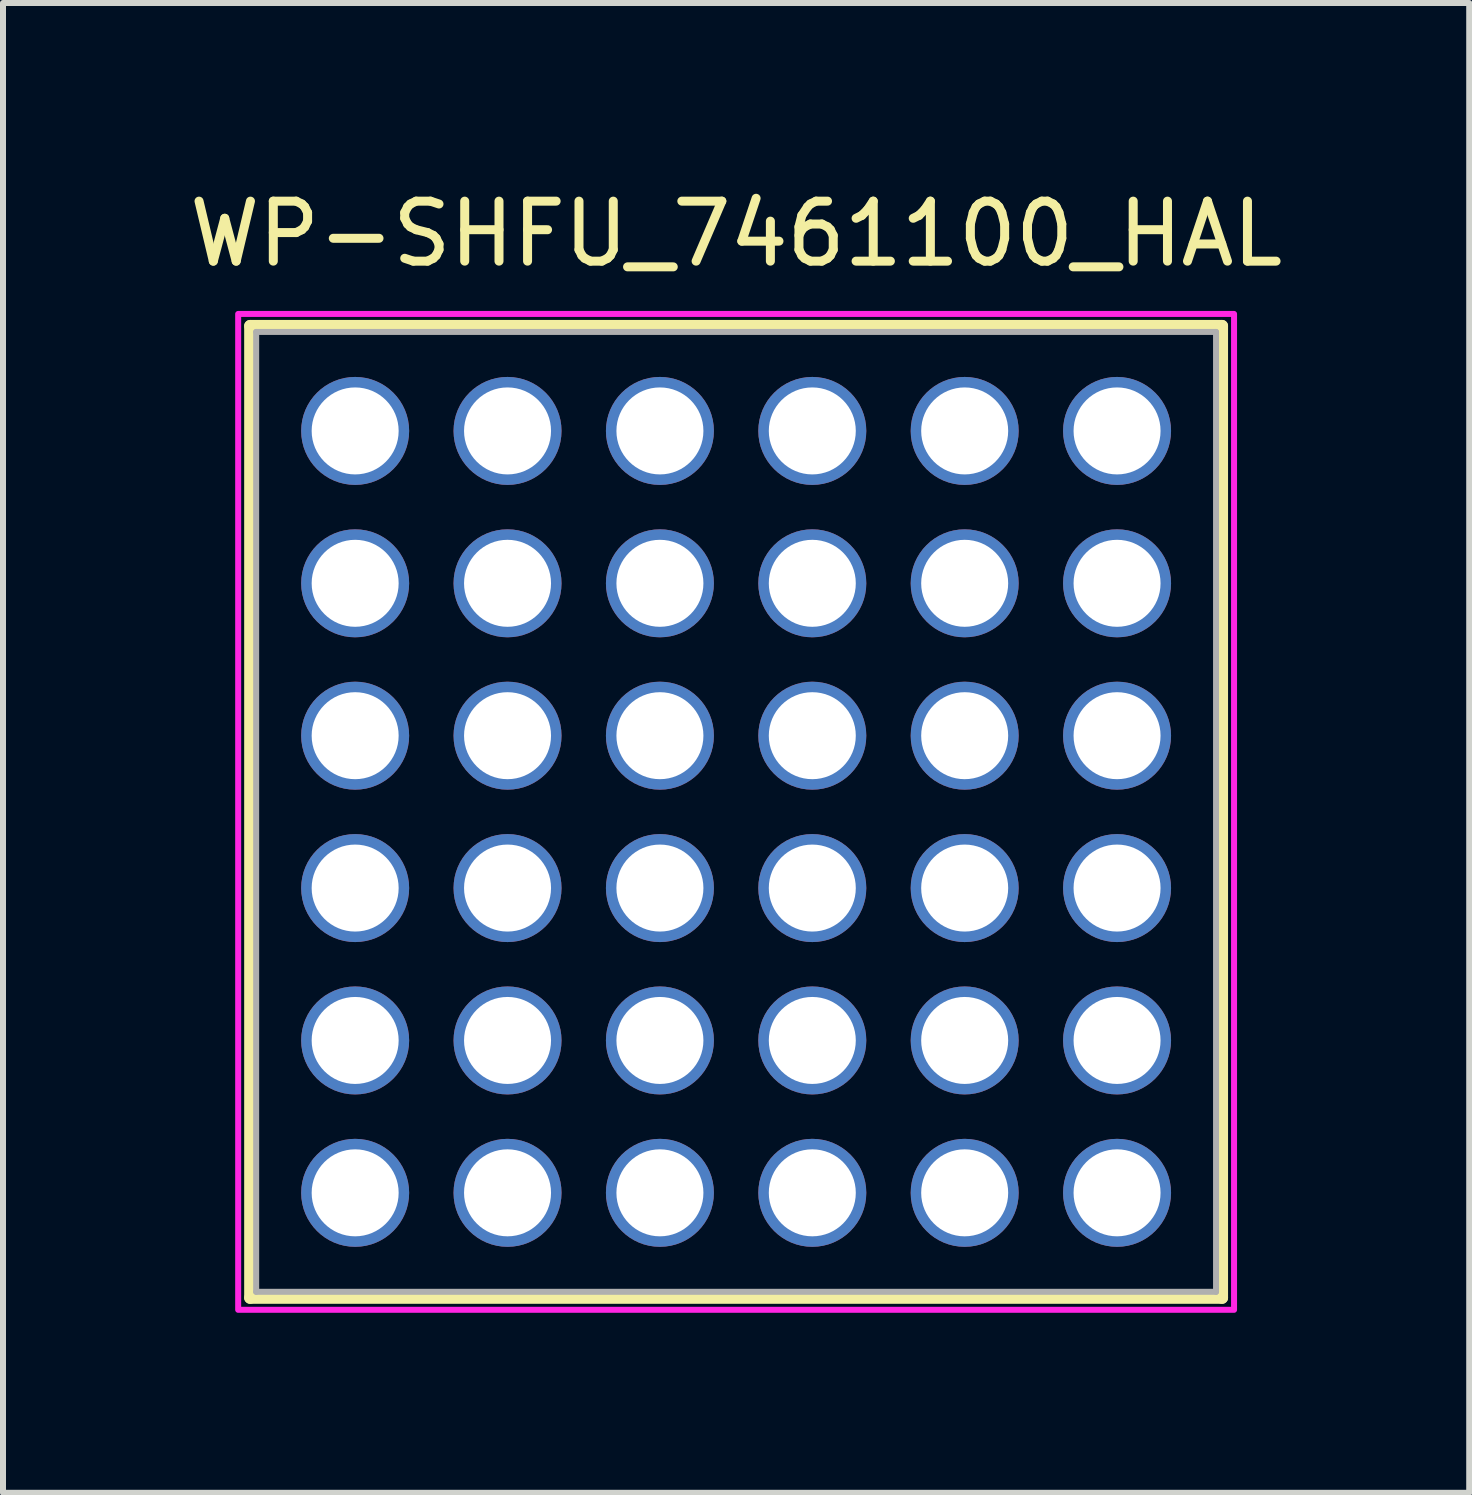
<source format=kicad_pcb>
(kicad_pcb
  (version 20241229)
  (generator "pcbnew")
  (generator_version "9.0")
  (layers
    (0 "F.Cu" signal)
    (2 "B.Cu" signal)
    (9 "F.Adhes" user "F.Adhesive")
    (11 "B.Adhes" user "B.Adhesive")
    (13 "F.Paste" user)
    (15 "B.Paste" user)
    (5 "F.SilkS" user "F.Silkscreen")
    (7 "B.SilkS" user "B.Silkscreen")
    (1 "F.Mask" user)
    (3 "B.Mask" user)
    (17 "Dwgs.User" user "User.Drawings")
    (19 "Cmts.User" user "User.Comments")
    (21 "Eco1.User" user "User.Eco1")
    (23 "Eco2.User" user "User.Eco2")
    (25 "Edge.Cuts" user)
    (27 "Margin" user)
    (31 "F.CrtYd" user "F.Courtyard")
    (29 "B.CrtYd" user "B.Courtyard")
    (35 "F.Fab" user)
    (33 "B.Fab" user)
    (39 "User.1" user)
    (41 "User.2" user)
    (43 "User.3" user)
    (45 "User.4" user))
  (footprint "WP-SHFU_7461100_HAL"
    (layer "F.Cu")
    (at 9.22 10.483)
    (property "Reference" "WP-SHFU_7461100_HAL" (at 0 -9.635 0) (layer "F.SilkS") (effects (font (size 1 1) (thickness 0.15))))
    (attr through_hole)
    (fp_line (start -8.1 -8.1) (end 8.1 -8.1) (stroke (width 0.2) (type solid)) (layer "F.SilkS"))
    (fp_line (start -8.1 8.1) (end -8.1 -8.1) (stroke (width 0.2) (type solid)) (layer "F.SilkS"))
    (fp_line (start 8.1 -8.1) (end 8.1 8.1) (stroke (width 0.2) (type solid)) (layer "F.SilkS"))
    (fp_line (start 8.1 8.1) (end -8.1 8.1) (stroke (width 0.2) (type solid)) (layer "F.SilkS"))
    (fp_poly (pts (xy -8.3 8.3) (xy 8.3 8.3) (xy 8.3 -8.3) (xy -8.3 -8.3)) (stroke (width 0.1) (type solid)) (fill no) (layer "F.CrtYd"))
    (fp_line (start -8 -8) (end 8 -8) (stroke (width 0.1) (type solid)) (layer "F.Fab"))
    (fp_line (start -8 8) (end -8 -8) (stroke (width 0.1) (type solid)) (layer "F.Fab"))
    (fp_line (start 8 -8) (end 8 8) (stroke (width 0.1) (type solid)) (layer "F.Fab"))
    (fp_line (start 8 8) (end -8 8) (stroke (width 0.1) (type solid)) (layer "F.Fab"))
    (pad "1" thru_hole circle (at -6.35 -6.35) (size 1.8 1.8) (drill 1.45) (layers "*.Cu" "*.Mask"))
    (pad "2" thru_hole circle (at -3.81 -6.35) (size 1.8 1.8) (drill 1.45) (layers "*.Cu" "*.Mask"))
    (pad "3" thru_hole circle (at -1.27 -6.35) (size 1.8 1.8) (drill 1.45) (layers "*.Cu" "*.Mask"))
    (pad "4" thru_hole circle (at 1.27 -6.35) (size 1.8 1.8) (drill 1.45) (layers "*.Cu" "*.Mask"))
    (pad "5" thru_hole circle (at 3.81 -6.35) (size 1.8 1.8) (drill 1.45) (layers "*.Cu" "*.Mask"))
    (pad "6" thru_hole circle (at 6.35 -6.35) (size 1.8 1.8) (drill 1.45) (layers "*.Cu" "*.Mask"))
    (pad "7" thru_hole circle (at 6.35 -3.81) (size 1.8 1.8) (drill 1.45) (layers "*.Cu" "*.Mask"))
    (pad "8" thru_hole circle (at 3.81 -3.81) (size 1.8 1.8) (drill 1.45) (layers "*.Cu" "*.Mask"))
    (pad "9" thru_hole circle (at 1.27 -3.81) (size 1.8 1.8) (drill 1.45) (layers "*.Cu" "*.Mask"))
    (pad "10" thru_hole circle (at -1.27 -3.81) (size 1.8 1.8) (drill 1.45) (layers "*.Cu" "*.Mask"))
    (pad "11" thru_hole circle (at -3.81 -3.81) (size 1.8 1.8) (drill 1.45) (layers "*.Cu" "*.Mask"))
    (pad "12" thru_hole circle (at -6.35 -3.81) (size 1.8 1.8) (drill 1.45) (layers "*.Cu" "*.Mask"))
    (pad "13" thru_hole circle (at -6.35 -1.27) (size 1.8 1.8) (drill 1.45) (layers "*.Cu" "*.Mask"))
    (pad "14" thru_hole circle (at -3.81 -1.27) (size 1.8 1.8) (drill 1.45) (layers "*.Cu" "*.Mask"))
    (pad "15" thru_hole circle (at -1.27 -1.27) (size 1.8 1.8) (drill 1.45) (layers "*.Cu" "*.Mask"))
    (pad "16" thru_hole circle (at 1.27 -1.27) (size 1.8 1.8) (drill 1.45) (layers "*.Cu" "*.Mask"))
    (pad "17" thru_hole circle (at 3.81 -1.27) (size 1.8 1.8) (drill 1.45) (layers "*.Cu" "*.Mask"))
    (pad "18" thru_hole circle (at 6.35 -1.27) (size 1.8 1.8) (drill 1.45) (layers "*.Cu" "*.Mask"))
    (pad "19" thru_hole circle (at 6.35 1.27) (size 1.8 1.8) (drill 1.45) (layers "*.Cu" "*.Mask"))
    (pad "20" thru_hole circle (at 3.81 1.27) (size 1.8 1.8) (drill 1.45) (layers "*.Cu" "*.Mask"))
    (pad "21" thru_hole circle (at 1.27 1.27) (size 1.8 1.8) (drill 1.45) (layers "*.Cu" "*.Mask"))
    (pad "22" thru_hole circle (at -1.27 1.27) (size 1.8 1.8) (drill 1.45) (layers "*.Cu" "*.Mask"))
    (pad "23" thru_hole circle (at -3.81 1.27) (size 1.8 1.8) (drill 1.45) (layers "*.Cu" "*.Mask"))
    (pad "24" thru_hole circle (at -6.35 1.27) (size 1.8 1.8) (drill 1.45) (layers "*.Cu" "*.Mask"))
    (pad "25" thru_hole circle (at -6.35 3.81) (size 1.8 1.8) (drill 1.45) (layers "*.Cu" "*.Mask"))
    (pad "26" thru_hole circle (at -3.81 3.81) (size 1.8 1.8) (drill 1.45) (layers "*.Cu" "*.Mask"))
    (pad "27" thru_hole circle (at -1.27 3.81) (size 1.8 1.8) (drill 1.45) (layers "*.Cu" "*.Mask"))
    (pad "28" thru_hole circle (at 1.27 3.81) (size 1.8 1.8) (drill 1.45) (layers "*.Cu" "*.Mask"))
    (pad "29" thru_hole circle (at 3.81 3.81) (size 1.8 1.8) (drill 1.45) (layers "*.Cu" "*.Mask"))
    (pad "30" thru_hole circle (at 6.35 3.81) (size 1.8 1.8) (drill 1.45) (layers "*.Cu" "*.Mask"))
    (pad "31" thru_hole circle (at 6.35 6.35) (size 1.8 1.8) (drill 1.45) (layers "*.Cu" "*.Mask"))
    (pad "32" thru_hole circle (at 3.81 6.35) (size 1.8 1.8) (drill 1.45) (layers "*.Cu" "*.Mask"))
    (pad "33" thru_hole circle (at 1.27 6.35) (size 1.8 1.8) (drill 1.45) (layers "*.Cu" "*.Mask"))
    (pad "34" thru_hole circle (at -1.27 6.35) (size 1.8 1.8) (drill 1.45) (layers "*.Cu" "*.Mask"))
    (pad "35" thru_hole circle (at -3.81 6.35) (size 1.8 1.8) (drill 1.45) (layers "*.Cu" "*.Mask"))
    (pad "36" thru_hole circle (at -6.35 6.35) (size 1.8 1.8) (drill 1.45) (layers "*.Cu" "*.Mask")))
  (gr_rect
    (start -3 -3)
    (end 21.44 21.833)
    (stroke (width 0.1) (type default))
    (fill no)
    (layer "Edge.Cuts")))
</source>
